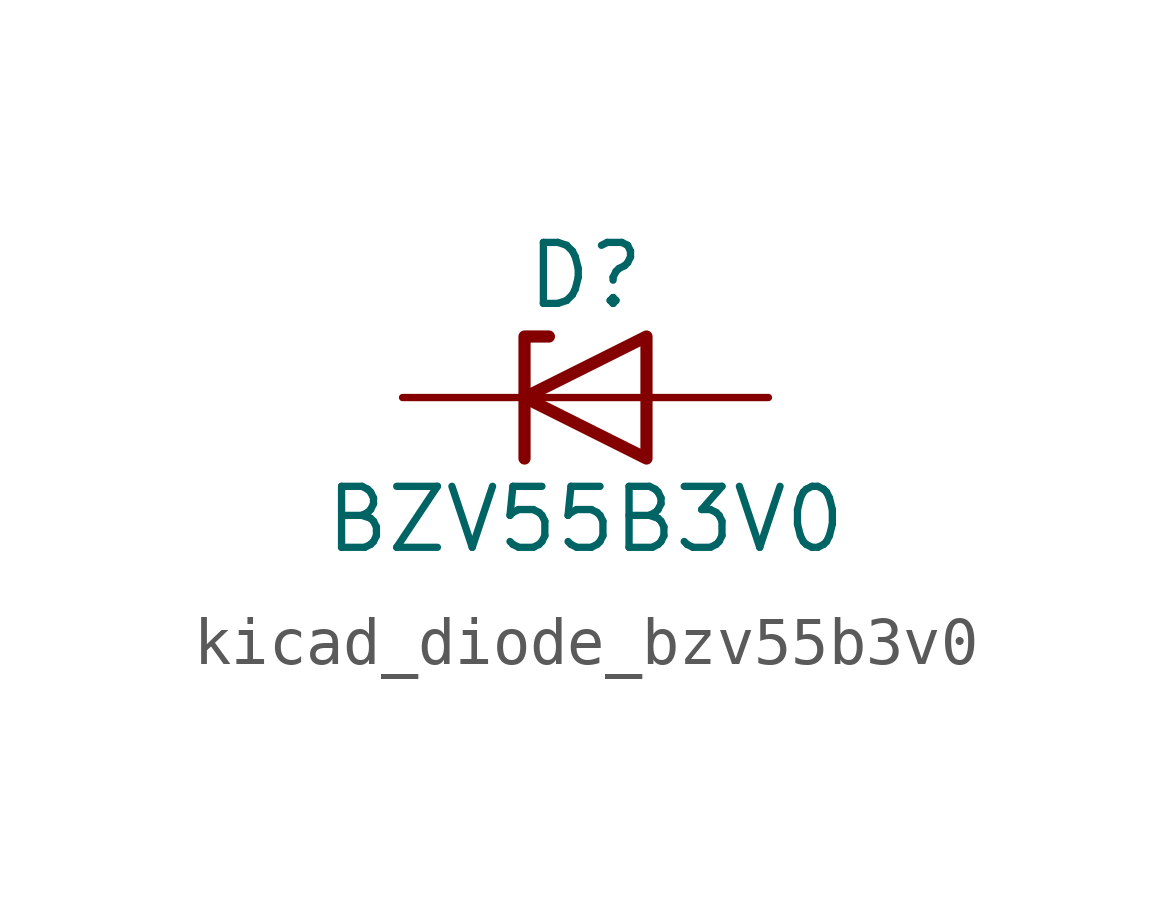
<source format=kicad_sym>
(kicad_symbol_lib
  (version 20220914)
  (generator kicad_symbol_editor)
  (symbol "kicad_diode_bzv55b3v0"
    (pin_numbers hide)
    (pin_names hide)
    (property "Reference" "D"
      (at 0 2.54 0)
      (effects (font (size 1.27 1.27))))
    (property "Value" "BZV55B3V0"
      (at 0 -2.54 0)
      (effects (font (size 1.27 1.27))))
    (symbol "kicad_diode_bzv55b3v0_0_1"
      (polyline (pts (xy 1.27 0) (xy -1.27 0)) (stroke (width 0) (type default)) (fill (type none)))
      (polyline (pts (xy -1.27 -1.27) (xy -1.27 1.27) (xy -0.762 1.27)) (stroke (width 0.254) (type default)) (fill (type none)))
      (polyline (pts (xy 1.27 -1.27) (xy 1.27 1.27) (xy -1.27 0) (xy 1.27 -1.27)) (stroke (width 0.254) (type default)) (fill (type none))))
    (symbol "kicad_diode_bzv55b3v0_1_1"
      (pin passive line (at -3.81 0 0) (length 2.54) (name "K" (effects (font (size 1.27 1.27)))) (number "1" (effects (font (size 1.27 1.27)))))
      (pin passive line (at 3.81 0 180) (length 2.54) (name "A" (effects (font (size 1.27 1.27)))) (number "2" (effects (font (size 1.27 1.27))))))))
</source>
